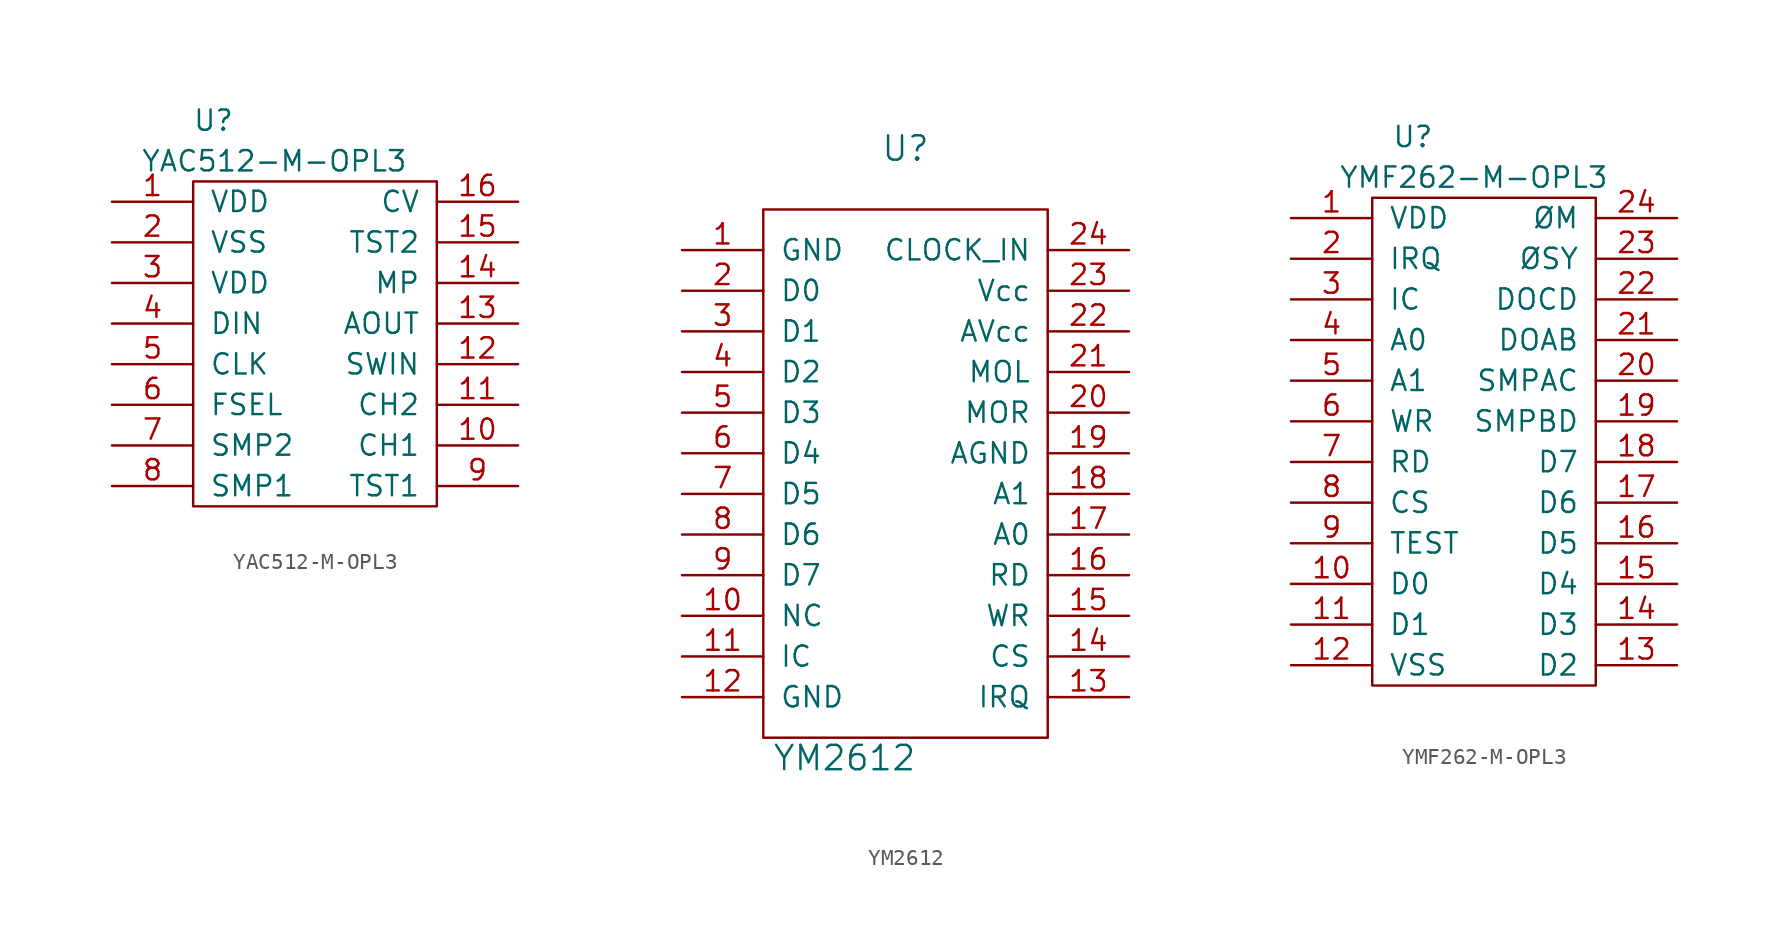
<source format=kicad_sym>
(kicad_symbol_lib
  (version 20211014)
  (generator kicad_symbol_editor)
  (symbol "YAC512-M-OPL3"
    (pin_names
      (offset 1.016))
    (property "Reference" "U"
      (at 6.35 5.08 0)
      (effects (font (size 1.27 1.27))))
    (property "Value" "YAC512-M-OPL3"
      (at 10.16 2.54 0)
      (effects (font (size 1.27 1.27))))
    (symbol "YAC512-M-OPL3_0_1"
      (rectangle (start 5.08 1.27) (end 20.32 -19.05) (stroke (width 0) (type default) (color 0 0 0 0)) (fill (type none))))
    (symbol "YAC512-M-OPL3_1_1"
      (pin input line (at 0 0 0) (length 5.08) (name "VDD" (effects (font (size 1.27 1.27)))) (number "1" (effects (font (size 1.27 1.27)))))
      (pin input line (at 25.4 -15.24 180) (length 5.08) (name "CH1" (effects (font (size 1.27 1.27)))) (number "10" (effects (font (size 1.27 1.27)))))
      (pin input line (at 25.4 -12.7 180) (length 5.08) (name "CH2" (effects (font (size 1.27 1.27)))) (number "11" (effects (font (size 1.27 1.27)))))
      (pin input line (at 25.4 -10.16 180) (length 5.08) (name "SWIN" (effects (font (size 1.27 1.27)))) (number "12" (effects (font (size 1.27 1.27)))))
      (pin input line (at 25.4 -7.62 180) (length 5.08) (name "AOUT" (effects (font (size 1.27 1.27)))) (number "13" (effects (font (size 1.27 1.27)))))
      (pin input line (at 25.4 -5.08 180) (length 5.08) (name "MP" (effects (font (size 1.27 1.27)))) (number "14" (effects (font (size 1.27 1.27)))))
      (pin input line (at 25.4 -2.54 180) (length 5.08) (name "TST2" (effects (font (size 1.27 1.27)))) (number "15" (effects (font (size 1.27 1.27)))))
      (pin input line (at 25.4 0 180) (length 5.08) (name "CV" (effects (font (size 1.27 1.27)))) (number "16" (effects (font (size 1.27 1.27)))))
      (pin input line (at 0 -2.54 0) (length 5.08) (name "VSS" (effects (font (size 1.27 1.27)))) (number "2" (effects (font (size 1.27 1.27)))))
      (pin input line (at 0 -5.08 0) (length 5.08) (name "VDD" (effects (font (size 1.27 1.27)))) (number "3" (effects (font (size 1.27 1.27)))))
      (pin input line (at 0 -7.62 0) (length 5.08) (name "DIN" (effects (font (size 1.27 1.27)))) (number "4" (effects (font (size 1.27 1.27)))))
      (pin input line (at 0 -10.16 0) (length 5.08) (name "CLK" (effects (font (size 1.27 1.27)))) (number "5" (effects (font (size 1.27 1.27)))))
      (pin input line (at 0 -12.7 0) (length 5.08) (name "FSEL" (effects (font (size 1.27 1.27)))) (number "6" (effects (font (size 1.27 1.27)))))
      (pin input line (at 0 -15.24 0) (length 5.08) (name "SMP2" (effects (font (size 1.27 1.27)))) (number "7" (effects (font (size 1.27 1.27)))))
      (pin input line (at 0 -17.78 0) (length 5.08) (name "SMP1" (effects (font (size 1.27 1.27)))) (number "8" (effects (font (size 1.27 1.27)))))
      (pin input line (at 25.4 -17.78 180) (length 5.08) (name "TST1" (effects (font (size 1.27 1.27)))) (number "9" (effects (font (size 1.27 1.27)))))))
  (symbol "YM2612"
    (pin_names
      (offset 1.016))
    (property "Reference" "U"
      (at 8.89 19.05 0)
      (effects (font (size 1.524 1.524))))
    (property "Value" "YM2612"
      (at 5.08 -19.05 0)
      (effects (font (size 1.524 1.524))))
    (symbol "YM2612_0_1"
      (rectangle (start 0 15.24) (end 17.78 -17.78) (stroke (width 0) (type default) (color 0 0 0 0)) (fill (type none))))
    (symbol "YM2612_1_1"
      (pin input line (at -5.08 12.7 0) (length 5.08) (name "GND" (effects (font (size 1.27 1.27)))) (number "1" (effects (font (size 1.27 1.27)))))
      (pin input line (at -5.08 -10.16 0) (length 5.08) (name "NC" (effects (font (size 1.27 1.27)))) (number "10" (effects (font (size 1.27 1.27)))))
      (pin input line (at -5.08 -12.7 0) (length 5.08) (name "IC" (effects (font (size 1.27 1.27)))) (number "11" (effects (font (size 1.27 1.27)))))
      (pin input line (at -5.08 -15.24 0) (length 5.08) (name "GND" (effects (font (size 1.27 1.27)))) (number "12" (effects (font (size 1.27 1.27)))))
      (pin input line (at 22.86 -15.24 180) (length 5.08) (name "IRQ" (effects (font (size 1.27 1.27)))) (number "13" (effects (font (size 1.27 1.27)))))
      (pin input line (at 22.86 -12.7 180) (length 5.08) (name "CS" (effects (font (size 1.27 1.27)))) (number "14" (effects (font (size 1.27 1.27)))))
      (pin input line (at 22.86 -10.16 180) (length 5.08) (name "WR" (effects (font (size 1.27 1.27)))) (number "15" (effects (font (size 1.27 1.27)))))
      (pin input line (at 22.86 -7.62 180) (length 5.08) (name "RD" (effects (font (size 1.27 1.27)))) (number "16" (effects (font (size 1.27 1.27)))))
      (pin input line (at 22.86 -5.08 180) (length 5.08) (name "A0" (effects (font (size 1.27 1.27)))) (number "17" (effects (font (size 1.27 1.27)))))
      (pin input line (at 22.86 -2.54 180) (length 5.08) (name "A1" (effects (font (size 1.27 1.27)))) (number "18" (effects (font (size 1.27 1.27)))))
      (pin input line (at 22.86 0 180) (length 5.08) (name "AGND" (effects (font (size 1.27 1.27)))) (number "19" (effects (font (size 1.27 1.27)))))
      (pin input line (at -5.08 10.16 0) (length 5.08) (name "D0" (effects (font (size 1.27 1.27)))) (number "2" (effects (font (size 1.27 1.27)))))
      (pin input line (at 22.86 2.54 180) (length 5.08) (name "MOR" (effects (font (size 1.27 1.27)))) (number "20" (effects (font (size 1.27 1.27)))))
      (pin input line (at 22.86 5.08 180) (length 5.08) (name "MOL" (effects (font (size 1.27 1.27)))) (number "21" (effects (font (size 1.27 1.27)))))
      (pin input line (at 22.86 7.62 180) (length 5.08) (name "AVcc" (effects (font (size 1.27 1.27)))) (number "22" (effects (font (size 1.27 1.27)))))
      (pin input line (at 22.86 10.16 180) (length 5.08) (name "Vcc" (effects (font (size 1.27 1.27)))) (number "23" (effects (font (size 1.27 1.27)))))
      (pin input line (at 22.86 12.7 180) (length 5.08) (name "CLOCK_IN" (effects (font (size 1.27 1.27)))) (number "24" (effects (font (size 1.27 1.27)))))
      (pin input line (at -5.08 7.62 0) (length 5.08) (name "D1" (effects (font (size 1.27 1.27)))) (number "3" (effects (font (size 1.27 1.27)))))
      (pin input line (at -5.08 5.08 0) (length 5.08) (name "D2" (effects (font (size 1.27 1.27)))) (number "4" (effects (font (size 1.27 1.27)))))
      (pin input line (at -5.08 2.54 0) (length 5.08) (name "D3" (effects (font (size 1.27 1.27)))) (number "5" (effects (font (size 1.27 1.27)))))
      (pin input line (at -5.08 0 0) (length 5.08) (name "D4" (effects (font (size 1.27 1.27)))) (number "6" (effects (font (size 1.27 1.27)))))
      (pin input line (at -5.08 -2.54 0) (length 5.08) (name "D5" (effects (font (size 1.27 1.27)))) (number "7" (effects (font (size 1.27 1.27)))))
      (pin input line (at -5.08 -5.08 0) (length 5.08) (name "D6" (effects (font (size 1.27 1.27)))) (number "8" (effects (font (size 1.27 1.27)))))
      (pin input line (at -5.08 -7.62 0) (length 5.08) (name "D7" (effects (font (size 1.27 1.27)))) (number "9" (effects (font (size 1.27 1.27)))))))
  (symbol "YMF262-M-OPL3"
    (pin_names
      (offset 1.016))
    (property "Reference" "U"
      (at 2.54 5.08 0)
      (effects (font (size 1.27 1.27))))
    (property "Value" "YMF262-M-OPL3"
      (at 6.35 2.54 0)
      (effects (font (size 1.27 1.27))))
    (symbol "YMF262-M-OPL3_0_1"
      (rectangle (start 0 1.27) (end 13.97 -29.21) (stroke (width 0) (type default) (color 0 0 0 0)) (fill (type none))))
    (symbol "YMF262-M-OPL3_1_1"
      (pin input line (at -5.08 0 0) (length 5.08) (name "VDD" (effects (font (size 1.27 1.27)))) (number "1" (effects (font (size 1.27 1.27)))))
      (pin input line (at -5.08 -22.86 0) (length 5.08) (name "D0" (effects (font (size 1.27 1.27)))) (number "10" (effects (font (size 1.27 1.27)))))
      (pin input line (at -5.08 -25.4 0) (length 5.08) (name "D1" (effects (font (size 1.27 1.27)))) (number "11" (effects (font (size 1.27 1.27)))))
      (pin input line (at -5.08 -27.94 0) (length 5.08) (name "VSS" (effects (font (size 1.27 1.27)))) (number "12" (effects (font (size 1.27 1.27)))))
      (pin input line (at 19.05 -27.94 180) (length 5.08) (name "D2" (effects (font (size 1.27 1.27)))) (number "13" (effects (font (size 1.27 1.27)))))
      (pin input line (at 19.05 -25.4 180) (length 5.08) (name "D3" (effects (font (size 1.27 1.27)))) (number "14" (effects (font (size 1.27 1.27)))))
      (pin input line (at 19.05 -22.86 180) (length 5.08) (name "D4" (effects (font (size 1.27 1.27)))) (number "15" (effects (font (size 1.27 1.27)))))
      (pin input line (at 19.05 -20.32 180) (length 5.08) (name "D5" (effects (font (size 1.27 1.27)))) (number "16" (effects (font (size 1.27 1.27)))))
      (pin input line (at 19.05 -17.78 180) (length 5.08) (name "D6" (effects (font (size 1.27 1.27)))) (number "17" (effects (font (size 1.27 1.27)))))
      (pin input line (at 19.05 -15.24 180) (length 5.08) (name "D7" (effects (font (size 1.27 1.27)))) (number "18" (effects (font (size 1.27 1.27)))))
      (pin input line (at 19.05 -12.7 180) (length 5.08) (name "SMPBD" (effects (font (size 1.27 1.27)))) (number "19" (effects (font (size 1.27 1.27)))))
      (pin input line (at -5.08 -2.54 0) (length 5.08) (name "IRQ" (effects (font (size 1.27 1.27)))) (number "2" (effects (font (size 1.27 1.27)))))
      (pin input line (at 19.05 -10.16 180) (length 5.08) (name "SMPAC" (effects (font (size 1.27 1.27)))) (number "20" (effects (font (size 1.27 1.27)))))
      (pin input line (at 19.05 -7.62 180) (length 5.08) (name "DOAB" (effects (font (size 1.27 1.27)))) (number "21" (effects (font (size 1.27 1.27)))))
      (pin input line (at 19.05 -5.08 180) (length 5.08) (name "DOCD" (effects (font (size 1.27 1.27)))) (number "22" (effects (font (size 1.27 1.27)))))
      (pin input line (at 19.05 -2.54 180) (length 5.08) (name "ØSY" (effects (font (size 1.27 1.27)))) (number "23" (effects (font (size 1.27 1.27)))))
      (pin input line (at 19.05 0 180) (length 5.08) (name "ØM" (effects (font (size 1.27 1.27)))) (number "24" (effects (font (size 1.27 1.27)))))
      (pin input line (at -5.08 -5.08 0) (length 5.08) (name "IC" (effects (font (size 1.27 1.27)))) (number "3" (effects (font (size 1.27 1.27)))))
      (pin input line (at -5.08 -7.62 0) (length 5.08) (name "A0" (effects (font (size 1.27 1.27)))) (number "4" (effects (font (size 1.27 1.27)))))
      (pin input line (at -5.08 -10.16 0) (length 5.08) (name "A1" (effects (font (size 1.27 1.27)))) (number "5" (effects (font (size 1.27 1.27)))))
      (pin input line (at -5.08 -12.7 0) (length 5.08) (name "WR" (effects (font (size 1.27 1.27)))) (number "6" (effects (font (size 1.27 1.27)))))
      (pin input line (at -5.08 -15.24 0) (length 5.08) (name "RD" (effects (font (size 1.27 1.27)))) (number "7" (effects (font (size 1.27 1.27)))))
      (pin input line (at -5.08 -17.78 0) (length 5.08) (name "CS" (effects (font (size 1.27 1.27)))) (number "8" (effects (font (size 1.27 1.27)))))
      (pin input line (at -5.08 -20.32 0) (length 5.08) (name "TEST" (effects (font (size 1.27 1.27)))) (number "9" (effects (font (size 1.27 1.27))))))))
</source>
